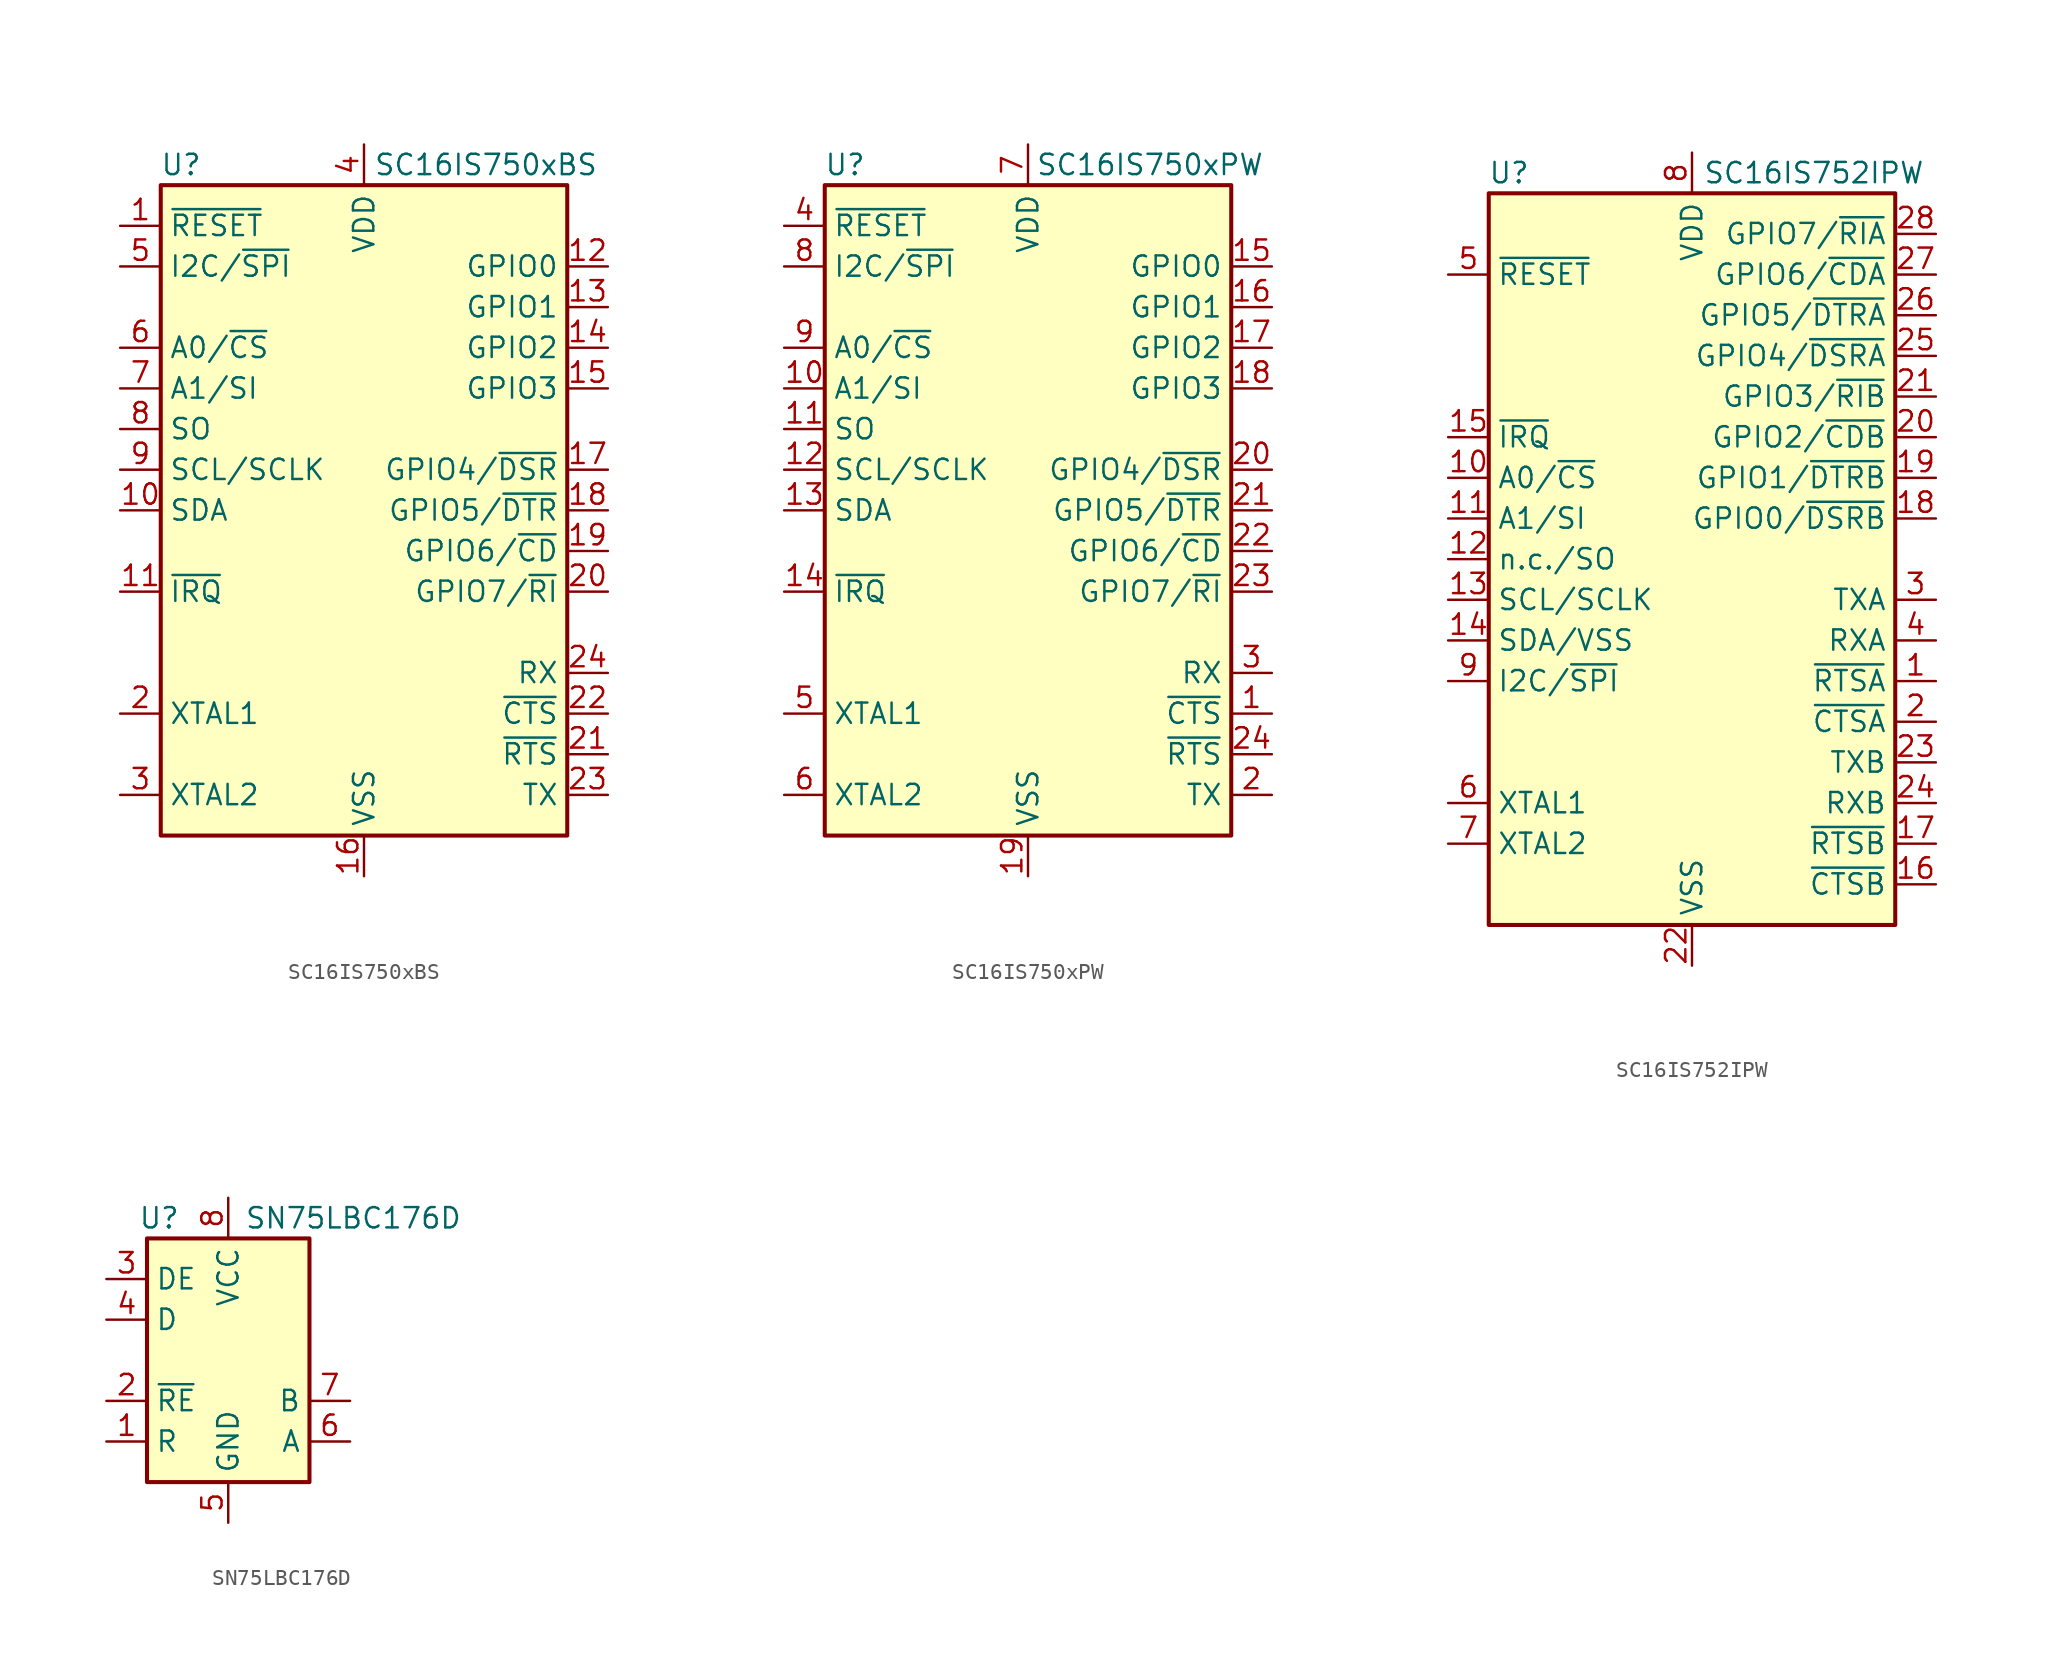
<source format=kicad_sym>
(kicad_symbol_lib
  (version 20220914)
  (generator kicad_symbol_editor)
  (symbol "SC16IS750xBS"
    (property "Reference" "U"
      (at -11.43 21.59 0)
      (effects (font (size 1.27 1.27))))
    (property "Value" "SC16IS750xBS"
      (at 7.62 21.59 0)
      (effects (font (size 1.27 1.27))))
    (symbol "SC16IS750xBS_0_1"
      (rectangle (start -12.7 20.32) (end 12.7 -20.32) (stroke (width 0.254) (type default)) (fill (type background))))
    (symbol "SC16IS750xBS_1_1"
      (pin input line (at -15.24 17.78 0) (length 2.54) (name "~{RESET}" (effects (font (size 1.27 1.27)))) (number "1" (effects (font (size 1.27 1.27)))))
      (pin bidirectional line (at -15.24 0 0) (length 2.54) (name "SDA" (effects (font (size 1.27 1.27)))) (number "10" (effects (font (size 1.27 1.27)))))
      (pin open_collector line (at -15.24 -5.08 0) (length 2.54) (name "~{IRQ}" (effects (font (size 1.27 1.27)))) (number "11" (effects (font (size 1.27 1.27)))))
      (pin bidirectional line (at 15.24 15.24 180) (length 2.54) (name "GPIO0" (effects (font (size 1.27 1.27)))) (number "12" (effects (font (size 1.27 1.27)))))
      (pin bidirectional line (at 15.24 12.7 180) (length 2.54) (name "GPIO1" (effects (font (size 1.27 1.27)))) (number "13" (effects (font (size 1.27 1.27)))))
      (pin bidirectional line (at 15.24 10.16 180) (length 2.54) (name "GPIO2" (effects (font (size 1.27 1.27)))) (number "14" (effects (font (size 1.27 1.27)))))
      (pin bidirectional line (at 15.24 7.62 180) (length 2.54) (name "GPIO3" (effects (font (size 1.27 1.27)))) (number "15" (effects (font (size 1.27 1.27)))))
      (pin power_in line (at 0 -22.86 90) (length 2.54) (name "VSS" (effects (font (size 1.27 1.27)))) (number "16" (effects (font (size 1.27 1.27)))))
      (pin bidirectional line (at 15.24 2.54 180) (length 2.54) (name "GPIO4/~{DSR}" (effects (font (size 1.27 1.27)))) (number "17" (effects (font (size 1.27 1.27)))))
      (pin bidirectional line (at 15.24 0 180) (length 2.54) (name "GPIO5/~{DTR}" (effects (font (size 1.27 1.27)))) (number "18" (effects (font (size 1.27 1.27)))))
      (pin bidirectional line (at 15.24 -2.54 180) (length 2.54) (name "GPIO6/~{CD}" (effects (font (size 1.27 1.27)))) (number "19" (effects (font (size 1.27 1.27)))))
      (pin input line (at -15.24 -12.7 0) (length 2.54) (name "XTAL1" (effects (font (size 1.27 1.27)))) (number "2" (effects (font (size 1.27 1.27)))))
      (pin bidirectional line (at 15.24 -5.08 180) (length 2.54) (name "GPIO7/~{RI}" (effects (font (size 1.27 1.27)))) (number "20" (effects (font (size 1.27 1.27)))))
      (pin output line (at 15.24 -15.24 180) (length 2.54) (name "~{RTS}" (effects (font (size 1.27 1.27)))) (number "21" (effects (font (size 1.27 1.27)))))
      (pin input line (at 15.24 -12.7 180) (length 2.54) (name "~{CTS}" (effects (font (size 1.27 1.27)))) (number "22" (effects (font (size 1.27 1.27)))))
      (pin output line (at 15.24 -17.78 180) (length 2.54) (name "TX" (effects (font (size 1.27 1.27)))) (number "23" (effects (font (size 1.27 1.27)))))
      (pin input line (at 15.24 -10.16 180) (length 2.54) (name "RX" (effects (font (size 1.27 1.27)))) (number "24" (effects (font (size 1.27 1.27)))))
      (pin passive line (at 0 -22.86 90) (length 2.54) hide (name "VSS" (effects (font (size 1.27 1.27)))) (number "25" (effects (font (size 1.27 1.27)))))
      (pin output line (at -15.24 -17.78 0) (length 2.54) (name "XTAL2" (effects (font (size 1.27 1.27)))) (number "3" (effects (font (size 1.27 1.27)))))
      (pin power_in line (at 0 22.86 270) (length 2.54) (name "VDD" (effects (font (size 1.27 1.27)))) (number "4" (effects (font (size 1.27 1.27)))))
      (pin input line (at -15.24 15.24 0) (length 2.54) (name "I2C/~{SPI}" (effects (font (size 1.27 1.27)))) (number "5" (effects (font (size 1.27 1.27)))))
      (pin input line (at -15.24 10.16 0) (length 2.54) (name "A0/~{CS}" (effects (font (size 1.27 1.27)))) (number "6" (effects (font (size 1.27 1.27)))))
      (pin input line (at -15.24 7.62 0) (length 2.54) (name "A1/SI" (effects (font (size 1.27 1.27)))) (number "7" (effects (font (size 1.27 1.27)))))
      (pin output line (at -15.24 5.08 0) (length 2.54) (name "SO" (effects (font (size 1.27 1.27)))) (number "8" (effects (font (size 1.27 1.27)))))
      (pin input line (at -15.24 2.54 0) (length 2.54) (name "SCL/SCLK" (effects (font (size 1.27 1.27)))) (number "9" (effects (font (size 1.27 1.27)))))))
  (symbol "SC16IS750xPW"
    (property "Reference" "U"
      (at -11.43 21.59 0)
      (effects (font (size 1.27 1.27))))
    (property "Value" "SC16IS750xPW"
      (at 7.62 21.59 0)
      (effects (font (size 1.27 1.27))))
    (symbol "SC16IS750xPW_0_1"
      (rectangle (start -12.7 20.32) (end 12.7 -20.32) (stroke (width 0.254) (type default)) (fill (type background))))
    (symbol "SC16IS750xPW_1_1"
      (pin input line (at 15.24 -12.7 180) (length 2.54) (name "~{CTS}" (effects (font (size 1.27 1.27)))) (number "1" (effects (font (size 1.27 1.27)))))
      (pin input line (at -15.24 7.62 0) (length 2.54) (name "A1/SI" (effects (font (size 1.27 1.27)))) (number "10" (effects (font (size 1.27 1.27)))))
      (pin output line (at -15.24 5.08 0) (length 2.54) (name "SO" (effects (font (size 1.27 1.27)))) (number "11" (effects (font (size 1.27 1.27)))))
      (pin input line (at -15.24 2.54 0) (length 2.54) (name "SCL/SCLK" (effects (font (size 1.27 1.27)))) (number "12" (effects (font (size 1.27 1.27)))))
      (pin bidirectional line (at -15.24 0 0) (length 2.54) (name "SDA" (effects (font (size 1.27 1.27)))) (number "13" (effects (font (size 1.27 1.27)))))
      (pin open_collector line (at -15.24 -5.08 0) (length 2.54) (name "~{IRQ}" (effects (font (size 1.27 1.27)))) (number "14" (effects (font (size 1.27 1.27)))))
      (pin bidirectional line (at 15.24 15.24 180) (length 2.54) (name "GPIO0" (effects (font (size 1.27 1.27)))) (number "15" (effects (font (size 1.27 1.27)))))
      (pin bidirectional line (at 15.24 12.7 180) (length 2.54) (name "GPIO1" (effects (font (size 1.27 1.27)))) (number "16" (effects (font (size 1.27 1.27)))))
      (pin bidirectional line (at 15.24 10.16 180) (length 2.54) (name "GPIO2" (effects (font (size 1.27 1.27)))) (number "17" (effects (font (size 1.27 1.27)))))
      (pin bidirectional line (at 15.24 7.62 180) (length 2.54) (name "GPIO3" (effects (font (size 1.27 1.27)))) (number "18" (effects (font (size 1.27 1.27)))))
      (pin power_in line (at 0 -22.86 90) (length 2.54) (name "VSS" (effects (font (size 1.27 1.27)))) (number "19" (effects (font (size 1.27 1.27)))))
      (pin output line (at 15.24 -17.78 180) (length 2.54) (name "TX" (effects (font (size 1.27 1.27)))) (number "2" (effects (font (size 1.27 1.27)))))
      (pin bidirectional line (at 15.24 2.54 180) (length 2.54) (name "GPIO4/~{DSR}" (effects (font (size 1.27 1.27)))) (number "20" (effects (font (size 1.27 1.27)))))
      (pin bidirectional line (at 15.24 0 180) (length 2.54) (name "GPIO5/~{DTR}" (effects (font (size 1.27 1.27)))) (number "21" (effects (font (size 1.27 1.27)))))
      (pin bidirectional line (at 15.24 -2.54 180) (length 2.54) (name "GPIO6/~{CD}" (effects (font (size 1.27 1.27)))) (number "22" (effects (font (size 1.27 1.27)))))
      (pin bidirectional line (at 15.24 -5.08 180) (length 2.54) (name "GPIO7/~{RI}" (effects (font (size 1.27 1.27)))) (number "23" (effects (font (size 1.27 1.27)))))
      (pin output line (at 15.24 -15.24 180) (length 2.54) (name "~{RTS}" (effects (font (size 1.27 1.27)))) (number "24" (effects (font (size 1.27 1.27)))))
      (pin input line (at 15.24 -10.16 180) (length 2.54) (name "RX" (effects (font (size 1.27 1.27)))) (number "3" (effects (font (size 1.27 1.27)))))
      (pin input line (at -15.24 17.78 0) (length 2.54) (name "~{RESET}" (effects (font (size 1.27 1.27)))) (number "4" (effects (font (size 1.27 1.27)))))
      (pin input line (at -15.24 -12.7 0) (length 2.54) (name "XTAL1" (effects (font (size 1.27 1.27)))) (number "5" (effects (font (size 1.27 1.27)))))
      (pin output line (at -15.24 -17.78 0) (length 2.54) (name "XTAL2" (effects (font (size 1.27 1.27)))) (number "6" (effects (font (size 1.27 1.27)))))
      (pin power_in line (at 0 22.86 270) (length 2.54) (name "VDD" (effects (font (size 1.27 1.27)))) (number "7" (effects (font (size 1.27 1.27)))))
      (pin input line (at -15.24 15.24 0) (length 2.54) (name "I2C/~{SPI}" (effects (font (size 1.27 1.27)))) (number "8" (effects (font (size 1.27 1.27)))))
      (pin input line (at -15.24 10.16 0) (length 2.54) (name "A0/~{CS}" (effects (font (size 1.27 1.27)))) (number "9" (effects (font (size 1.27 1.27)))))))
  (symbol "SC16IS752IPW"
    (property "Reference" "U"
      (at -11.43 24.13 0)
      (effects (font (size 1.27 1.27))))
    (property "Value" "SC16IS752IPW"
      (at 7.62 24.13 0)
      (effects (font (size 1.27 1.27))))
    (symbol "SC16IS752IPW_0_1"
      (rectangle (start -12.7 22.86) (end 12.7 -22.86) (stroke (width 0.254) (type default)) (fill (type background))))
    (symbol "SC16IS752IPW_1_1"
      (pin output line (at 15.24 -7.62 180) (length 2.54) (name "~{RTSA}" (effects (font (size 1.27 1.27)))) (number "1" (effects (font (size 1.27 1.27)))))
      (pin input line (at -15.24 5.08 0) (length 2.54) (name "A0/~{CS}" (effects (font (size 1.27 1.27)))) (number "10" (effects (font (size 1.27 1.27)))))
      (pin input line (at -15.24 2.54 0) (length 2.54) (name "A1/SI" (effects (font (size 1.27 1.27)))) (number "11" (effects (font (size 1.27 1.27)))))
      (pin output line (at -15.24 0 0) (length 2.54) (name "n.c./SO" (effects (font (size 1.27 1.27)))) (number "12" (effects (font (size 1.27 1.27)))))
      (pin input line (at -15.24 -2.54 0) (length 2.54) (name "SCL/SCLK" (effects (font (size 1.27 1.27)))) (number "13" (effects (font (size 1.27 1.27)))))
      (pin bidirectional line (at -15.24 -5.08 0) (length 2.54) (name "SDA/VSS" (effects (font (size 1.27 1.27)))) (number "14" (effects (font (size 1.27 1.27)))))
      (pin open_collector line (at -15.24 7.62 0) (length 2.54) (name "~{IRQ}" (effects (font (size 1.27 1.27)))) (number "15" (effects (font (size 1.27 1.27)))))
      (pin input line (at 15.24 -20.32 180) (length 2.54) (name "~{CTSB}" (effects (font (size 1.27 1.27)))) (number "16" (effects (font (size 1.27 1.27)))))
      (pin output line (at 15.24 -17.78 180) (length 2.54) (name "~{RTSB}" (effects (font (size 1.27 1.27)))) (number "17" (effects (font (size 1.27 1.27)))))
      (pin bidirectional line (at 15.24 2.54 180) (length 2.54) (name "GPIO0/~{DSRB}" (effects (font (size 1.27 1.27)))) (number "18" (effects (font (size 1.27 1.27)))))
      (pin bidirectional line (at 15.24 5.08 180) (length 2.54) (name "GPIO1/~{DTRB}" (effects (font (size 1.27 1.27)))) (number "19" (effects (font (size 1.27 1.27)))))
      (pin input line (at 15.24 -10.16 180) (length 2.54) (name "~{CTSA}" (effects (font (size 1.27 1.27)))) (number "2" (effects (font (size 1.27 1.27)))))
      (pin bidirectional line (at 15.24 7.62 180) (length 2.54) (name "GPIO2/~{CDB}" (effects (font (size 1.27 1.27)))) (number "20" (effects (font (size 1.27 1.27)))))
      (pin bidirectional line (at 15.24 10.16 180) (length 2.54) (name "GPIO3/~{RIB}" (effects (font (size 1.27 1.27)))) (number "21" (effects (font (size 1.27 1.27)))))
      (pin power_in line (at 0 -25.4 90) (length 2.54) (name "VSS" (effects (font (size 1.27 1.27)))) (number "22" (effects (font (size 1.27 1.27)))))
      (pin output line (at 15.24 -12.7 180) (length 2.54) (name "TXB" (effects (font (size 1.27 1.27)))) (number "23" (effects (font (size 1.27 1.27)))))
      (pin input line (at 15.24 -15.24 180) (length 2.54) (name "RXB" (effects (font (size 1.27 1.27)))) (number "24" (effects (font (size 1.27 1.27)))))
      (pin bidirectional line (at 15.24 12.7 180) (length 2.54) (name "GPIO4/~{DSRA}" (effects (font (size 1.27 1.27)))) (number "25" (effects (font (size 1.27 1.27)))))
      (pin bidirectional line (at 15.24 15.24 180) (length 2.54) (name "GPIO5/~{DTRA}" (effects (font (size 1.27 1.27)))) (number "26" (effects (font (size 1.27 1.27)))))
      (pin bidirectional line (at 15.24 17.78 180) (length 2.54) (name "GPIO6/~{CDA}" (effects (font (size 1.27 1.27)))) (number "27" (effects (font (size 1.27 1.27)))))
      (pin bidirectional line (at 15.24 20.32 180) (length 2.54) (name "GPIO7/~{RIA}" (effects (font (size 1.27 1.27)))) (number "28" (effects (font (size 1.27 1.27)))))
      (pin output line (at 15.24 -2.54 180) (length 2.54) (name "TXA" (effects (font (size 1.27 1.27)))) (number "3" (effects (font (size 1.27 1.27)))))
      (pin input line (at 15.24 -5.08 180) (length 2.54) (name "RXA" (effects (font (size 1.27 1.27)))) (number "4" (effects (font (size 1.27 1.27)))))
      (pin input line (at -15.24 17.78 0) (length 2.54) (name "~{RESET}" (effects (font (size 1.27 1.27)))) (number "5" (effects (font (size 1.27 1.27)))))
      (pin input line (at -15.24 -15.24 0) (length 2.54) (name "XTAL1" (effects (font (size 1.27 1.27)))) (number "6" (effects (font (size 1.27 1.27)))))
      (pin output line (at -15.24 -17.78 0) (length 2.54) (name "XTAL2" (effects (font (size 1.27 1.27)))) (number "7" (effects (font (size 1.27 1.27)))))
      (pin power_in line (at 0 25.4 270) (length 2.54) (name "VDD" (effects (font (size 1.27 1.27)))) (number "8" (effects (font (size 1.27 1.27)))))
      (pin input line (at -15.24 -7.62 0) (length 2.54) (name "I2C/~{SPI}" (effects (font (size 1.27 1.27)))) (number "9" (effects (font (size 1.27 1.27)))))))
  (symbol "SN75LBC176D"
    (property "Reference" "U"
      (at -4.318 8.89 0)
      (effects (font (size 1.27 1.27))))
    (property "Value" "SN75LBC176D"
      (at 1.016 8.89 0)
      (effects (font (size 1.27 1.27)) (justify left)))
    (symbol "SN75LBC176D_0_1"
      (rectangle (start -5.08 7.62) (end 5.08 -7.62) (stroke (width 0.254) (type default)) (fill (type background))))
    (symbol "SN75LBC176D_1_1"
      (pin output line (at -7.62 -5.08 0) (length 2.54) (name "R" (effects (font (size 1.27 1.27)))) (number "1" (effects (font (size 1.27 1.27)))))
      (pin input line (at -7.62 -2.54 0) (length 2.54) (name "~{RE}" (effects (font (size 1.27 1.27)))) (number "2" (effects (font (size 1.27 1.27)))))
      (pin input line (at -7.62 5.08 0) (length 2.54) (name "DE" (effects (font (size 1.27 1.27)))) (number "3" (effects (font (size 1.27 1.27)))))
      (pin input line (at -7.62 2.54 0) (length 2.54) (name "D" (effects (font (size 1.27 1.27)))) (number "4" (effects (font (size 1.27 1.27)))))
      (pin power_in line (at 0 -10.16 90) (length 2.54) (name "GND" (effects (font (size 1.27 1.27)))) (number "5" (effects (font (size 1.27 1.27)))))
      (pin bidirectional line (at 7.62 -5.08 180) (length 2.54) (name "A" (effects (font (size 1.27 1.27)))) (number "6" (effects (font (size 1.27 1.27)))))
      (pin bidirectional line (at 7.62 -2.54 180) (length 2.54) (name "B" (effects (font (size 1.27 1.27)))) (number "7" (effects (font (size 1.27 1.27)))))
      (pin power_in line (at 0 10.16 270) (length 2.54) (name "VCC" (effects (font (size 1.27 1.27)))) (number "8" (effects (font (size 1.27 1.27))))))))
</source>
